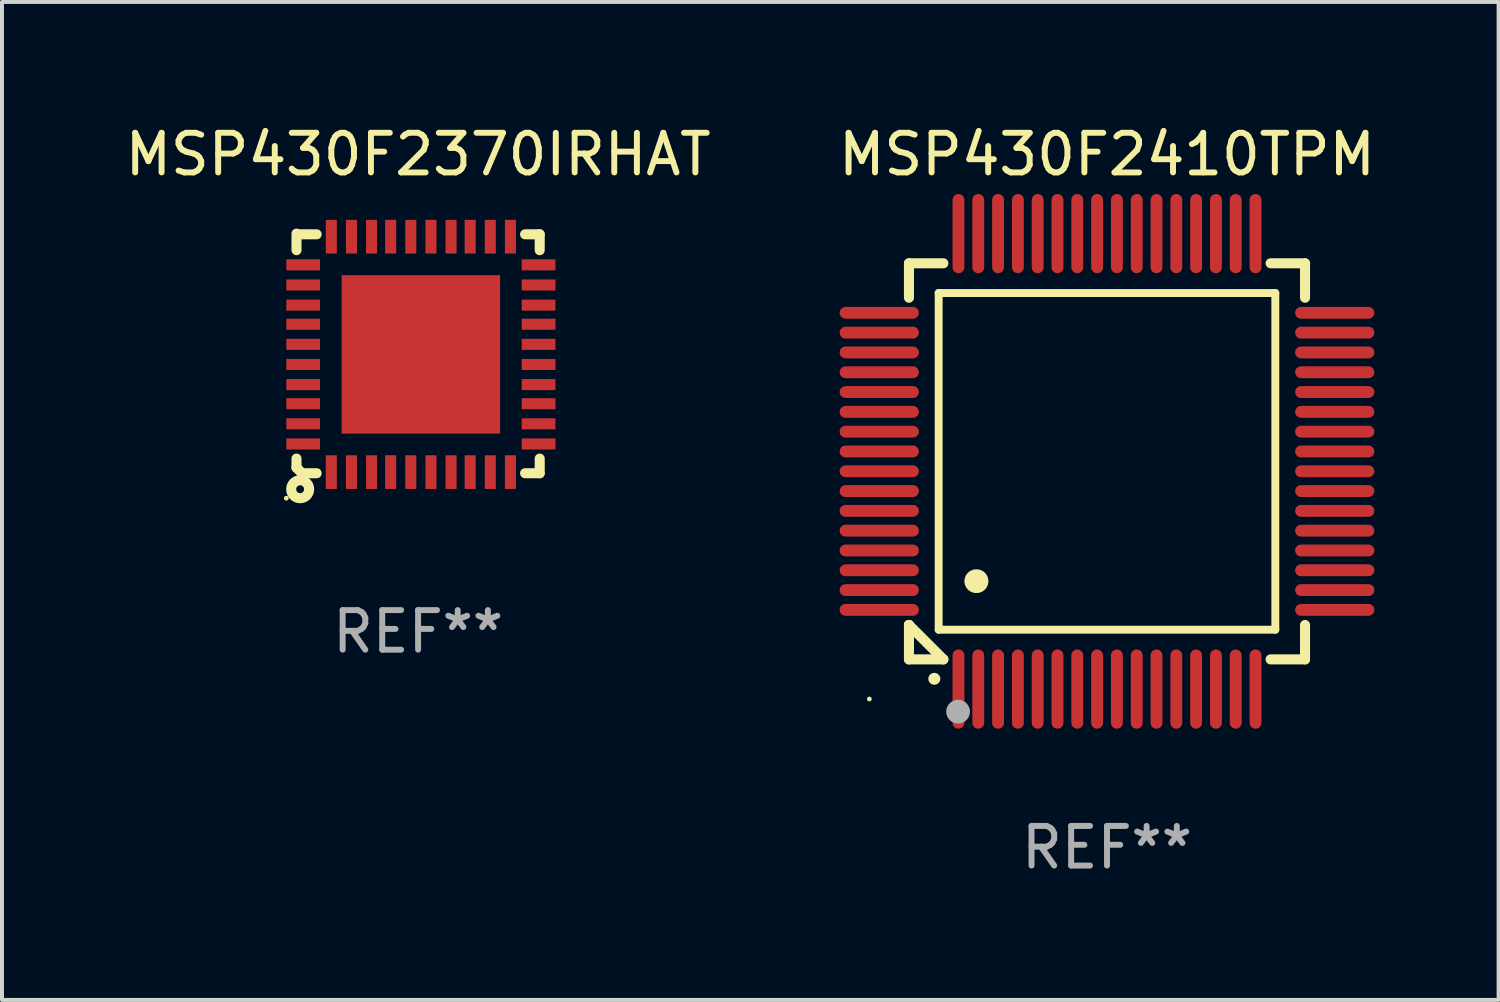
<source format=kicad_pcb>
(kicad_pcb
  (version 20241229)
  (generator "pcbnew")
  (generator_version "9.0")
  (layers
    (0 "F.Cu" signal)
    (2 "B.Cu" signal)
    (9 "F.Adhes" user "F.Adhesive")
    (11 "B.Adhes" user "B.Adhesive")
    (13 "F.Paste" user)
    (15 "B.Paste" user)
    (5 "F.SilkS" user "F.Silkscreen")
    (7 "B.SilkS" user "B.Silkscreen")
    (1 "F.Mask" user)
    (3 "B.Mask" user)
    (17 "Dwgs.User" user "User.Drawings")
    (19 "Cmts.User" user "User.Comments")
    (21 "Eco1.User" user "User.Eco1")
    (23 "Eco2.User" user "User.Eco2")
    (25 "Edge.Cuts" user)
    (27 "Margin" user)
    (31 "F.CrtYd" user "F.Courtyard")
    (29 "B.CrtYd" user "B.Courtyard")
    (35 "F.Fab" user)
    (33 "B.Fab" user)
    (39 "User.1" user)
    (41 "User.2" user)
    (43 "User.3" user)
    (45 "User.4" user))
  (footprint "MSP430F2370IRHAT"
    (layer "F.Cu")
    (at 7.506 5.873)
    (property "Reference" "MSP430F2370IRHAT" (at 0 -5.025 0) (layer "F.SilkS") (effects (font (size 1 1) (thickness 0.15))))
    (attr through_hole)
    (fp_line (start -3.07 -3.025) (end -3.07 -2.607) (stroke (width 0.254) (type solid)) (layer "F.SilkS"))
    (fp_line (start -3.07 2.656) (end -3.07 2.885) (stroke (width 0.254) (type solid)) (layer "F.SilkS"))
    (fp_line (start -3.07 2.885) (end -2.93 3.025) (stroke (width 0.254) (type solid)) (layer "F.SilkS"))
    (fp_line (start -3.005 -3.007) (end -2.562 -3.007) (stroke (width 0.254) (type solid)) (layer "F.SilkS"))
    (fp_line (start -2.93 3.025) (end -2.562 3.025) (stroke (width 0.254) (type solid)) (layer "F.SilkS"))
    (fp_line (start 2.701 -3.007) (end 3.07 -3.007) (stroke (width 0.254) (type solid)) (layer "F.SilkS"))
    (fp_line (start 2.701 3.025) (end 3.07 3.025) (stroke (width 0.254) (type solid)) (layer "F.SilkS"))
    (fp_line (start 3.07 -2.607) (end 3.07 -3.007) (stroke (width 0.254) (type solid)) (layer "F.SilkS"))
    (fp_line (start 3.07 3.025) (end 3.07 2.656) (stroke (width 0.254) (type solid)) (layer "F.SilkS"))
    (fp_circle (center -3.327 3.656) (end -3.297 3.656) (stroke (width 0.06) (type solid)) (fill no) (layer "F.SilkS"))
    (fp_circle (center -2.978 3.429) (end -2.878 3.429) (stroke (width 0.254) (type solid)) (fill no) (layer "F.SilkS"))
    (fp_text user "REF**" (at 0 7.025 0) (layer "F.Fab") (effects (font (size 1 1) (thickness 0.15))))
    (pad "1" smd rect (at -2.191 2.997 90) (size 0.851 0.279) (layers "F.Cu" "F.Mask" "F.Paste"))
    (pad "2" smd rect (at -1.683 2.997 90) (size 0.851 0.279) (layers "F.Cu" "F.Mask" "F.Paste"))
    (pad "3" smd rect (at -1.175 2.997 90) (size 0.851 0.279) (layers "F.Cu" "F.Mask" "F.Paste"))
    (pad "4" smd rect (at -0.692 2.997 90) (size 0.851 0.279) (layers "F.Cu" "F.Mask" "F.Paste"))
    (pad "5" smd rect (at -0.184 2.997 90) (size 0.851 0.279) (layers "F.Cu" "F.Mask" "F.Paste"))
    (pad "6" smd rect (at 0.324 2.997 90) (size 0.851 0.279) (layers "F.Cu" "F.Mask" "F.Paste"))
    (pad "7" smd rect (at 0.832 2.997 90) (size 0.851 0.279) (layers "F.Cu" "F.Mask" "F.Paste"))
    (pad "8" smd rect (at 1.315 2.997 90) (size 0.851 0.279) (layers "F.Cu" "F.Mask" "F.Paste"))
    (pad "9" smd rect (at 1.823 2.997 90) (size 0.851 0.279) (layers "F.Cu" "F.Mask" "F.Paste"))
    (pad "10" smd rect (at 2.331 2.997 90) (size 0.851 0.279) (layers "F.Cu" "F.Mask" "F.Paste"))
    (pad "11" smd rect (at 3.042 2.286 180) (size 0.851 0.279) (layers "F.Cu" "F.Mask" "F.Paste"))
    (pad "12" smd rect (at 3.042 1.778 180) (size 0.851 0.279) (layers "F.Cu" "F.Mask" "F.Paste"))
    (pad "13" smd rect (at 3.042 1.27 180) (size 0.851 0.279) (layers "F.Cu" "F.Mask" "F.Paste"))
    (pad "14" smd rect (at 3.042 0.787 180) (size 0.851 0.279) (layers "F.Cu" "F.Mask" "F.Paste"))
    (pad "15" smd rect (at 3.042 0.279 180) (size 0.851 0.279) (layers "F.Cu" "F.Mask" "F.Paste"))
    (pad "16" smd rect (at 3.042 -0.229 180) (size 0.851 0.279) (layers "F.Cu" "F.Mask" "F.Paste"))
    (pad "17" smd rect (at 3.042 -0.737 180) (size 0.851 0.279) (layers "F.Cu" "F.Mask" "F.Paste"))
    (pad "18" smd rect (at 3.042 -1.22 180) (size 0.851 0.279) (layers "F.Cu" "F.Mask" "F.Paste"))
    (pad "19" smd rect (at 3.042 -1.728 180) (size 0.851 0.279) (layers "F.Cu" "F.Mask" "F.Paste"))
    (pad "20" smd rect (at 3.042 -2.236 180) (size 0.851 0.279) (layers "F.Cu" "F.Mask" "F.Paste"))
    (pad "21" smd rect (at 2.331 -2.947 270) (size 0.851 0.279) (layers "F.Cu" "F.Mask" "F.Paste"))
    (pad "22" smd rect (at 1.823 -2.947 270) (size 0.851 0.279) (layers "F.Cu" "F.Mask" "F.Paste"))
    (pad "23" smd rect (at 1.315 -2.947 270) (size 0.851 0.279) (layers "F.Cu" "F.Mask" "F.Paste"))
    (pad "24" smd rect (at 0.832 -2.947 270) (size 0.851 0.279) (layers "F.Cu" "F.Mask" "F.Paste"))
    (pad "25" smd rect (at 0.324 -2.947 270) (size 0.851 0.279) (layers "F.Cu" "F.Mask" "F.Paste"))
    (pad "26" smd rect (at -0.184 -2.947 270) (size 0.851 0.279) (layers "F.Cu" "F.Mask" "F.Paste"))
    (pad "27" smd rect (at -0.692 -2.947 270) (size 0.851 0.279) (layers "F.Cu" "F.Mask" "F.Paste"))
    (pad "28" smd rect (at -1.175 -2.947 270) (size 0.851 0.279) (layers "F.Cu" "F.Mask" "F.Paste"))
    (pad "29" smd rect (at -1.683 -2.947 270) (size 0.851 0.279) (layers "F.Cu" "F.Mask" "F.Paste"))
    (pad "30" smd rect (at -2.191 -2.947 270) (size 0.851 0.279) (layers "F.Cu" "F.Mask" "F.Paste"))
    (pad "31" smd rect (at -2.902 -2.236) (size 0.851 0.279) (layers "F.Cu" "F.Mask" "F.Paste"))
    (pad "32" smd rect (at -2.902 -1.728) (size 0.851 0.279) (layers "F.Cu" "F.Mask" "F.Paste"))
    (pad "33" smd rect (at -2.902 -1.22) (size 0.851 0.279) (layers "F.Cu" "F.Mask" "F.Paste"))
    (pad "34" smd rect (at -2.902 -0.737) (size 0.851 0.279) (layers "F.Cu" "F.Mask" "F.Paste"))
    (pad "35" smd rect (at -2.902 -0.229) (size 0.851 0.279) (layers "F.Cu" "F.Mask" "F.Paste"))
    (pad "36" smd rect (at -2.902 0.279) (size 0.851 0.279) (layers "F.Cu" "F.Mask" "F.Paste"))
    (pad "37" smd rect (at -2.902 0.787) (size 0.851 0.279) (layers "F.Cu" "F.Mask" "F.Paste"))
    (pad "38" smd rect (at -2.902 1.27) (size 0.851 0.279) (layers "F.Cu" "F.Mask" "F.Paste"))
    (pad "39" smd rect (at -2.902 1.778) (size 0.851 0.279) (layers "F.Cu" "F.Mask" "F.Paste"))
    (pad "40" smd rect (at -2.902 2.286) (size 0.851 0.279) (layers "F.Cu" "F.Mask" "F.Paste"))
    (pad "41" smd rect (at 0.07 0.025 90) (size 4.001 4.001) (layers "F.Cu" "F.Mask" "F.Paste")))
  (footprint "MSP430F2410TPM"
    (layer "F.Cu")
    (at 24.899 8.598)
    (property "Reference" "MSP430F2410TPM" (at 0 -7.75 0) (layer "F.SilkS") (effects (font (size 1 1) (thickness 0.15))))
    (attr through_hole)
    (fp_line (start -5 -5) (end -4.131 -5) (stroke (width 0.254) (type solid)) (layer "F.SilkS"))
    (fp_line (start -5 -4.131) (end -5 -5) (stroke (width 0.254) (type solid)) (layer "F.SilkS"))
    (fp_line (start -5 4.131) (end -5 4.131) (stroke (width 0.254) (type solid)) (layer "F.SilkS"))
    (fp_line (start -5 5) (end -5 4.131) (stroke (width 0.254) (type solid)) (layer "F.SilkS"))
    (fp_line (start -5 4.131) (end -4.131 5) (stroke (width 0.254) (type solid)) (layer "F.SilkS"))
    (fp_line (start -4.25 -4.25) (end -4.25 4.25) (stroke (width 0.2) (type solid)) (layer "F.SilkS"))
    (fp_line (start -4.25 4.25) (end 4.25 4.25) (stroke (width 0.2) (type solid)) (layer "F.SilkS"))
    (fp_line (start -4.131 5) (end -5 5) (stroke (width 0.254) (type solid)) (layer "F.SilkS"))
    (fp_line (start 4.25 -4.25) (end -4.25 -4.25) (stroke (width 0.2) (type solid)) (layer "F.SilkS"))
    (fp_line (start 4.25 4.25) (end 4.25 -4.25) (stroke (width 0.2) (type solid)) (layer "F.SilkS"))
    (fp_line (start 5 -5) (end 4.131 -5) (stroke (width 0.254) (type solid)) (layer "F.SilkS"))
    (fp_line (start 5 -5) (end 5 -4.131) (stroke (width 0.254) (type solid)) (layer "F.SilkS"))
    (fp_line (start 5 4.131) (end 5 5) (stroke (width 0.254) (type solid)) (layer "F.SilkS"))
    (fp_line (start 5 5) (end 4.131 5) (stroke (width 0.254) (type solid)) (layer "F.SilkS"))
    (fp_arc (start -4.361265 5.489992) (mid -4.359995 5.489987) (end -4.358725 5.489992) (stroke (width 0.3) (type solid)) (layer "F.SilkS"))
    (fp_arc (start -3.299467 3.025146) (mid -3.296927 3.025135) (end -3.294387 3.025146) (stroke (width 0.6) (type solid)) (layer "F.SilkS"))
    (fp_circle (center -6 6) (end -5.97 6) (stroke (width 0.06) (type solid)) (fill no) (layer "F.SilkS"))
    (fp_circle (center -3.76 6.32) (end -3.61 6.32) (stroke (width 0.3) (type solid)) (fill no) (layer "F.Fab"))
    (fp_text user "REF**" (at 0 9.75 0) (layer "F.Fab") (effects (font (size 1 1) (thickness 0.15))))
    (pad "1" smd oval (at -3.75 5.75) (size 0.3 2) (layers "F.Cu" "F.Mask" "F.Paste"))
    (pad "2" smd oval (at -3.25 5.75) (size 0.3 2) (layers "F.Cu" "F.Mask" "F.Paste"))
    (pad "3" smd oval (at -2.75 5.75) (size 0.3 2) (layers "F.Cu" "F.Mask" "F.Paste"))
    (pad "4" smd oval (at -2.25 5.75) (size 0.3 2) (layers "F.Cu" "F.Mask" "F.Paste"))
    (pad "5" smd oval (at -1.75 5.75) (size 0.3 2) (layers "F.Cu" "F.Mask" "F.Paste"))
    (pad "6" smd oval (at -1.25 5.75) (size 0.3 2) (layers "F.Cu" "F.Mask" "F.Paste"))
    (pad "7" smd oval (at -0.75 5.75) (size 0.3 2) (layers "F.Cu" "F.Mask" "F.Paste"))
    (pad "8" smd oval (at -0.25 5.75) (size 0.3 2) (layers "F.Cu" "F.Mask" "F.Paste"))
    (pad "9" smd oval (at 0.25 5.75) (size 0.3 2) (layers "F.Cu" "F.Mask" "F.Paste"))
    (pad "10" smd oval (at 0.75 5.75) (size 0.3 2) (layers "F.Cu" "F.Mask" "F.Paste"))
    (pad "11" smd oval (at 1.25 5.75) (size 0.3 2) (layers "F.Cu" "F.Mask" "F.Paste"))
    (pad "12" smd oval (at 1.75 5.75) (size 0.3 2) (layers "F.Cu" "F.Mask" "F.Paste"))
    (pad "13" smd oval (at 2.25 5.75) (size 0.3 2) (layers "F.Cu" "F.Mask" "F.Paste"))
    (pad "14" smd oval (at 2.75 5.75) (size 0.3 2) (layers "F.Cu" "F.Mask" "F.Paste"))
    (pad "15" smd oval (at 3.25 5.75) (size 0.3 2) (layers "F.Cu" "F.Mask" "F.Paste"))
    (pad "16" smd oval (at 3.75 5.75) (size 0.3 2) (layers "F.Cu" "F.Mask" "F.Paste"))
    (pad "17" smd oval (at 5.75 3.75) (size 2 0.3) (layers "F.Cu" "F.Mask" "F.Paste"))
    (pad "18" smd oval (at 5.75 3.25) (size 2 0.3) (layers "F.Cu" "F.Mask" "F.Paste"))
    (pad "19" smd oval (at 5.75 2.75) (size 2 0.3) (layers "F.Cu" "F.Mask" "F.Paste"))
    (pad "20" smd oval (at 5.75 2.25) (size 2 0.3) (layers "F.Cu" "F.Mask" "F.Paste"))
    (pad "21" smd oval (at 5.75 1.75) (size 2 0.3) (layers "F.Cu" "F.Mask" "F.Paste"))
    (pad "22" smd oval (at 5.75 1.25) (size 2 0.3) (layers "F.Cu" "F.Mask" "F.Paste"))
    (pad "23" smd oval (at 5.75 0.75) (size 2 0.3) (layers "F.Cu" "F.Mask" "F.Paste"))
    (pad "24" smd oval (at 5.75 0.25) (size 2 0.3) (layers "F.Cu" "F.Mask" "F.Paste"))
    (pad "25" smd oval (at 5.75 -0.25) (size 2 0.3) (layers "F.Cu" "F.Mask" "F.Paste"))
    (pad "26" smd oval (at 5.75 -0.75) (size 2 0.3) (layers "F.Cu" "F.Mask" "F.Paste"))
    (pad "27" smd oval (at 5.75 -1.25) (size 2 0.3) (layers "F.Cu" "F.Mask" "F.Paste"))
    (pad "28" smd oval (at 5.75 -1.75) (size 2 0.3) (layers "F.Cu" "F.Mask" "F.Paste"))
    (pad "29" smd oval (at 5.75 -2.25) (size 2 0.3) (layers "F.Cu" "F.Mask" "F.Paste"))
    (pad "30" smd oval (at 5.75 -2.75) (size 2 0.3) (layers "F.Cu" "F.Mask" "F.Paste"))
    (pad "31" smd oval (at 5.75 -3.25) (size 2 0.3) (layers "F.Cu" "F.Mask" "F.Paste"))
    (pad "32" smd oval (at 5.75 -3.75) (size 2 0.3) (layers "F.Cu" "F.Mask" "F.Paste"))
    (pad "33" smd oval (at 3.75 -5.75) (size 0.3 2) (layers "F.Cu" "F.Mask" "F.Paste"))
    (pad "34" smd oval (at 3.25 -5.75) (size 0.3 2) (layers "F.Cu" "F.Mask" "F.Paste"))
    (pad "35" smd oval (at 2.75 -5.75) (size 0.3 2) (layers "F.Cu" "F.Mask" "F.Paste"))
    (pad "36" smd oval (at 2.25 -5.75) (size 0.3 2) (layers "F.Cu" "F.Mask" "F.Paste"))
    (pad "37" smd oval (at 1.75 -5.75) (size 0.3 2) (layers "F.Cu" "F.Mask" "F.Paste"))
    (pad "38" smd oval (at 1.25 -5.75) (size 0.3 2) (layers "F.Cu" "F.Mask" "F.Paste"))
    (pad "39" smd oval (at 0.75 -5.75) (size 0.3 2) (layers "F.Cu" "F.Mask" "F.Paste"))
    (pad "40" smd oval (at 0.25 -5.75) (size 0.3 2) (layers "F.Cu" "F.Mask" "F.Paste"))
    (pad "41" smd oval (at -0.25 -5.75) (size 0.3 2) (layers "F.Cu" "F.Mask" "F.Paste"))
    (pad "42" smd oval (at -0.75 -5.75) (size 0.3 2) (layers "F.Cu" "F.Mask" "F.Paste"))
    (pad "43" smd oval (at -1.25 -5.75) (size 0.3 2) (layers "F.Cu" "F.Mask" "F.Paste"))
    (pad "44" smd oval (at -1.75 -5.75) (size 0.3 2) (layers "F.Cu" "F.Mask" "F.Paste"))
    (pad "45" smd oval (at -2.25 -5.75) (size 0.3 2) (layers "F.Cu" "F.Mask" "F.Paste"))
    (pad "46" smd oval (at -2.75 -5.75) (size 0.3 2) (layers "F.Cu" "F.Mask" "F.Paste"))
    (pad "47" smd oval (at -3.25 -5.75) (size 0.3 2) (layers "F.Cu" "F.Mask" "F.Paste"))
    (pad "48" smd oval (at -3.75 -5.75) (size 0.3 2) (layers "F.Cu" "F.Mask" "F.Paste"))
    (pad "49" smd oval (at -5.75 -3.75) (size 2 0.3) (layers "F.Cu" "F.Mask" "F.Paste"))
    (pad "50" smd oval (at -5.75 -3.25) (size 2 0.3) (layers "F.Cu" "F.Mask" "F.Paste"))
    (pad "51" smd oval (at -5.75 -2.75) (size 2 0.3) (layers "F.Cu" "F.Mask" "F.Paste"))
    (pad "52" smd oval (at -5.75 -2.25) (size 2 0.3) (layers "F.Cu" "F.Mask" "F.Paste"))
    (pad "53" smd oval (at -5.75 -1.75) (size 2 0.3) (layers "F.Cu" "F.Mask" "F.Paste"))
    (pad "54" smd oval (at -5.75 -1.25) (size 2 0.3) (layers "F.Cu" "F.Mask" "F.Paste"))
    (pad "55" smd oval (at -5.75 -0.75) (size 2 0.3) (layers "F.Cu" "F.Mask" "F.Paste"))
    (pad "56" smd oval (at -5.75 -0.25) (size 2 0.3) (layers "F.Cu" "F.Mask" "F.Paste"))
    (pad "57" smd oval (at -5.75 0.25) (size 2 0.3) (layers "F.Cu" "F.Mask" "F.Paste"))
    (pad "58" smd oval (at -5.75 0.75) (size 2 0.3) (layers "F.Cu" "F.Mask" "F.Paste"))
    (pad "59" smd oval (at -5.75 1.25) (size 2 0.3) (layers "F.Cu" "F.Mask" "F.Paste"))
    (pad "60" smd oval (at -5.75 1.75) (size 2 0.3) (layers "F.Cu" "F.Mask" "F.Paste"))
    (pad "61" smd oval (at -5.75 2.25) (size 2 0.3) (layers "F.Cu" "F.Mask" "F.Paste"))
    (pad "62" smd oval (at -5.75 2.75) (size 2 0.3) (layers "F.Cu" "F.Mask" "F.Paste"))
    (pad "63" smd oval (at -5.75 3.25) (size 2 0.3) (layers "F.Cu" "F.Mask" "F.Paste"))
    (pad "64" smd oval (at -5.75 3.75) (size 2 0.3) (layers "F.Cu" "F.Mask" "F.Paste")))
  (gr_rect
    (start -3 -3)
    (end 34.786 22.196)
    (stroke (width 0.1) (type default))
    (fill no)
    (layer "Edge.Cuts")))
</source>
